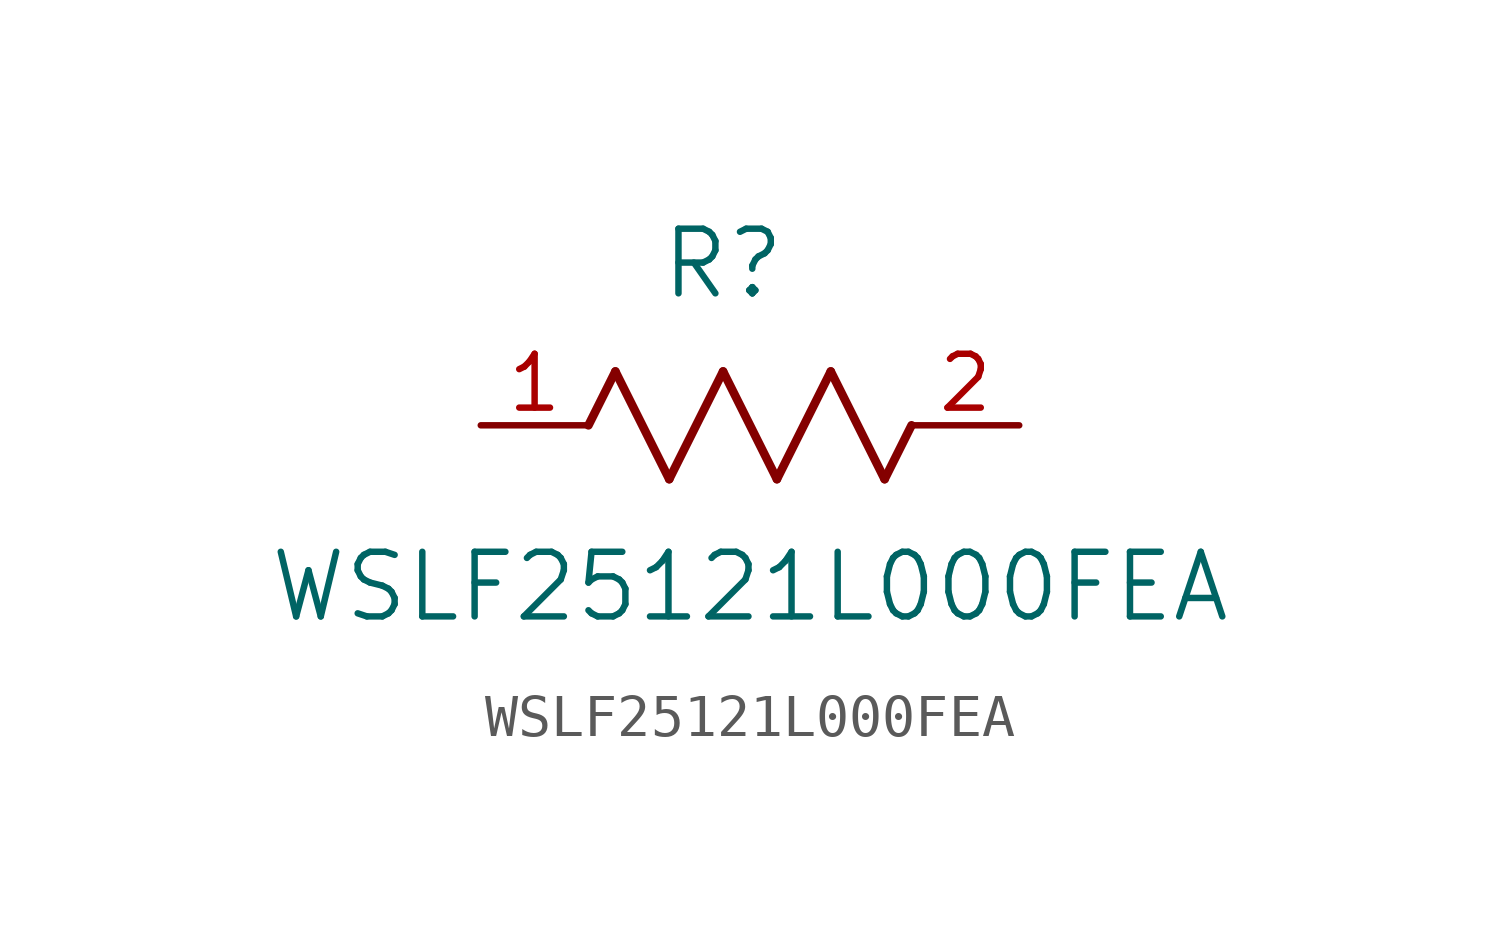
<source format=kicad_sym>
(kicad_symbol_lib
  (version 20211014)
  (generator kicad_symbol_editor)
  (symbol "WSLF25121L000FEA"
    (pin_names
      (offset 0.254))
    (property "Reference" "R"
      (at 5.715 3.81 0)
      (effects (font (size 1.524 1.524))))
    (property "Value" "WSLF25121L000FEA"
      (at 6.35 -3.81 0)
      (effects (font (size 1.524 1.524))))
    (symbol "WSLF25121L000FEA_0_1"
      (polyline (pts (xy 3.175 1.27) (xy 4.445 -1.27)) (stroke (width 0.203) (type default) (color 0 0 0 0)) (fill (type none)))
      (polyline (pts (xy 4.445 -1.27) (xy 5.715 1.27)) (stroke (width 0.203) (type default) (color 0 0 0 0)) (fill (type none)))
      (polyline (pts (xy 5.715 1.27) (xy 6.985 -1.27)) (stroke (width 0.203) (type default) (color 0 0 0 0)) (fill (type none)))
      (polyline (pts (xy 6.985 -1.27) (xy 8.255 1.27)) (stroke (width 0.203) (type default) (color 0 0 0 0)) (fill (type none)))
      (polyline (pts (xy 8.255 1.27) (xy 9.525 -1.27)) (stroke (width 0.203) (type default) (color 0 0 0 0)) (fill (type none)))
      (polyline (pts (xy 2.54 0) (xy 3.175 1.27)) (stroke (width 0.203) (type default) (color 0 0 0 0)) (fill (type none)))
      (polyline (pts (xy 9.525 -1.27) (xy 10.16 0)) (stroke (width 0.203) (type default) (color 0 0 0 0)) (fill (type none)))
      (pin unspecified line (at 0 0 0) (length 2.54) (name "" (effects (font (size 1.27 1.27)))) (number "1" (effects (font (size 1.27 1.27)))))
      (pin unspecified line (at 12.7 0 180) (length 2.54) (name "" (effects (font (size 1.27 1.27)))) (number "2" (effects (font (size 1.27 1.27))))))))
</source>
